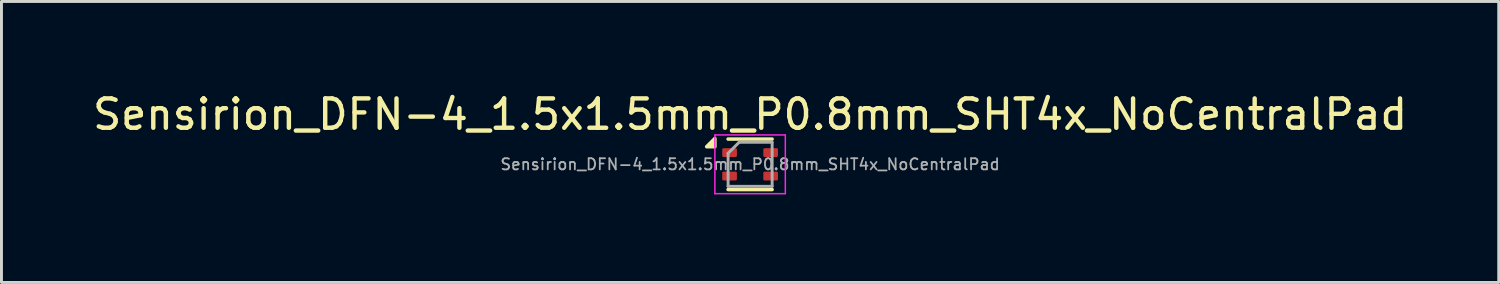
<source format=kicad_pcb>
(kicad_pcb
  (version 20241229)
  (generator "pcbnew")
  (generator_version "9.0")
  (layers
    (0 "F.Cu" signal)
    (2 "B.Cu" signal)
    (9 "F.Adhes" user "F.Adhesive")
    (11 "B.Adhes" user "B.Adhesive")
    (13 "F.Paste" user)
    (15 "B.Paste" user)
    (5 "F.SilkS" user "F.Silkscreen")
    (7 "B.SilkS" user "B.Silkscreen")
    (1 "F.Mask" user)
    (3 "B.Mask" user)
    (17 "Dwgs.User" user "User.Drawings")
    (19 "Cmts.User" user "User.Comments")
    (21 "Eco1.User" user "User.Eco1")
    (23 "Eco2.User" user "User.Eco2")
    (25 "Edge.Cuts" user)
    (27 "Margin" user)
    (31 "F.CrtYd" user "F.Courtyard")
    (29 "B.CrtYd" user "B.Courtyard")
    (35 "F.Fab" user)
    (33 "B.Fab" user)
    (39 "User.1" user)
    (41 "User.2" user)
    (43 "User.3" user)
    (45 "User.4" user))
  (footprint "Sensirion_DFN-4_1.5x1.5mm_P0.8mm_SHT4x_NoCentralPad"
    (layer "F.Cu")
    (at 22.506 2.548)
    (property "Reference" "Sensirion_DFN-4_1.5x1.5mm_P0.8mm_SHT4x_NoCentralPad" (at 0 -1.7 0) (layer "F.SilkS") (effects (font (size 1 1) (thickness 0.15))))
    (attr smd)
    (fp_line (start -0.75 -0.86) (end 0.75 -0.86) (stroke (width 0.12) (type solid)) (layer "F.SilkS"))
    (fp_line (start -0.75 0.86) (end 0.75 0.86) (stroke (width 0.12) (type solid)) (layer "F.SilkS"))
    (fp_poly (pts (xy -1.2 -0.6) (xy -1.48 -0.6) (xy -1.2 -0.88) (xy -1.2 -0.6)) (stroke (width 0.12) (type solid)) (fill yes) (layer "F.SilkS"))
    (fp_line (start -1.2 -1) (end -1.2 1) (stroke (width 0.05) (type solid)) (layer "F.CrtYd"))
    (fp_line (start -1.2 1) (end 1.2 1) (stroke (width 0.05) (type solid)) (layer "F.CrtYd"))
    (fp_line (start 1.2 -1) (end -1.2 -1) (stroke (width 0.05) (type solid)) (layer "F.CrtYd"))
    (fp_line (start 1.2 1) (end 1.2 -1) (stroke (width 0.05) (type solid)) (layer "F.CrtYd"))
    (fp_line (start -0.75 -0.375) (end -0.375 -0.75) (stroke (width 0.1) (type solid)) (layer "F.Fab"))
    (fp_line (start -0.75 0.75) (end -0.75 -0.375) (stroke (width 0.1) (type solid)) (layer "F.Fab"))
    (fp_line (start -0.375 -0.75) (end 0.75 -0.75) (stroke (width 0.1) (type solid)) (layer "F.Fab"))
    (fp_line (start 0.75 -0.75) (end 0.75 0.75) (stroke (width 0.1) (type solid)) (layer "F.Fab"))
    (fp_line (start 0.75 0.75) (end -0.75 0.75) (stroke (width 0.1) (type solid)) (layer "F.Fab"))
    (fp_text user "${REFERENCE}" (at 0 0 0) (layer "F.Fab") (effects (font (size 0.38 0.38) (thickness 0.06))))
    (pad "1" smd roundrect (at -0.7 -0.4) (size 0.5 0.3) (layers "F.Cu" "F.Mask" "F.Paste") (roundrect_rratio 0.15))
    (pad "2" smd roundrect (at -0.7 0.4) (size 0.5 0.3) (layers "F.Cu" "F.Mask" "F.Paste") (roundrect_rratio 0.15))
    (pad "3" smd roundrect (at 0.7 0.4) (size 0.5 0.3) (layers "F.Cu" "F.Mask" "F.Paste") (roundrect_rratio 0.15))
    (pad "4" smd roundrect (at 0.7 -0.4) (size 0.5 0.3) (layers "F.Cu" "F.Mask" "F.Paste") (roundrect_rratio 0.15))
    (zone (net_name "") (layer "F.Cu") (hatch edge 0.508) (connect_pads) (min_thickness 0.254) (filled_areas_thickness no) (keepout (tracks not_allowed) (vias not_allowed) (pads allowed) (copperpour not_allowed) (footprints allowed)) (placement (enabled no)) (fill) (polygon (pts (xy 23.256 1.998) (xy 22.956 1.998) (xy 22.956 2.298) (xy 23.256 2.298) (xy 23.256 2.798) (xy 22.956 2.798) (xy 22.956 3.098) (xy 23.256 3.098) (xy 23.256 3.298) (xy 21.756 3.298) (xy 21.756 3.098) (xy 22.056 3.098) (xy 22.056 2.798) (xy 21.756 2.798) (xy 21.756 2.298) (xy 22.056 2.298) (xy 22.056 1.998) (xy 21.756 1.998) (xy 21.756 1.798) (xy 23.256 1.798)))))
  (gr_rect
    (start -3 -3)
    (end 48.012 6.573)
    (stroke (width 0.1) (type default))
    (fill no)
    (layer "Edge.Cuts")))
</source>
